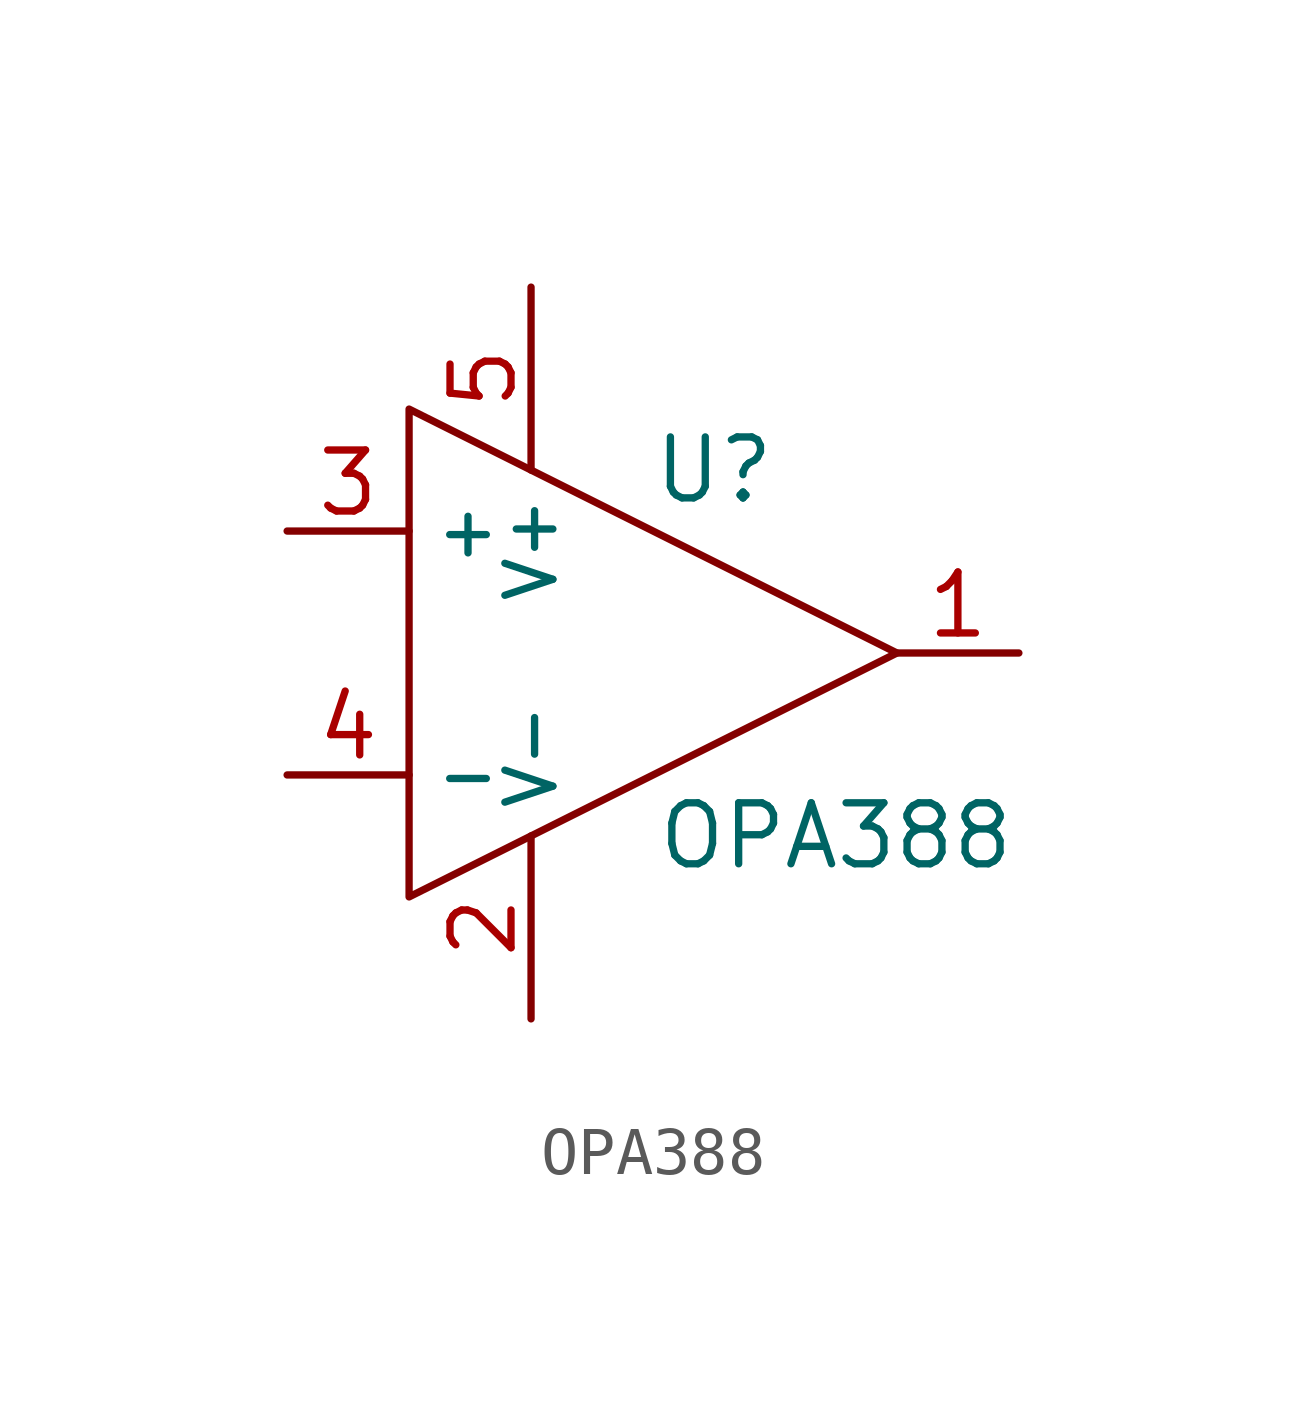
<source format=kicad_sym>
(kicad_symbol_lib
  (version 20211014)
  (generator kicad_symbol_editor)
  (symbol "OPA388"
    (property "Reference" "U"
      (at 1.27 3.81 0)
      (effects (font (size 1.27 1.27))))
    (property "Value" "OPA388"
      (at 3.81 -3.81 0)
      (effects (font (size 1.27 1.27))))
    (symbol "OPA388_0_1"
      (polyline (pts (xy -5.08 5.08) (xy -5.08 -5.08) (xy 5.08 0) (xy -5.08 5.08)) (stroke (width 0) (type default) (color 0 0 0 0)) (fill (type none))))
    (symbol "OPA388_1_1"
      (pin power_out line (at 7.62 0 180) (length 2.54) (name "" (effects (font (size 1.27 1.27)))) (number "1" (effects (font (size 1.27 1.27)))))
      (pin power_out line (at -2.54 -7.62 90) (length 3.81) (name "V-" (effects (font (size 1 1)))) (number "2" (effects (font (size 1.27 1.27)))))
      (pin power_out line (at -7.62 2.54 0) (length 2.54) (name "+" (effects (font (size 1 1)))) (number "3" (effects (font (size 1.27 1.27)))))
      (pin power_out line (at -7.62 -2.54 0) (length 2.54) (name "-" (effects (font (size 1 1)))) (number "4" (effects (font (size 1.27 1.27)))))
      (pin power_out line (at -2.54 7.62 270) (length 3.81) (name "V+" (effects (font (size 1 1)))) (number "5" (effects (font (size 1.27 1.27))))))))
</source>
